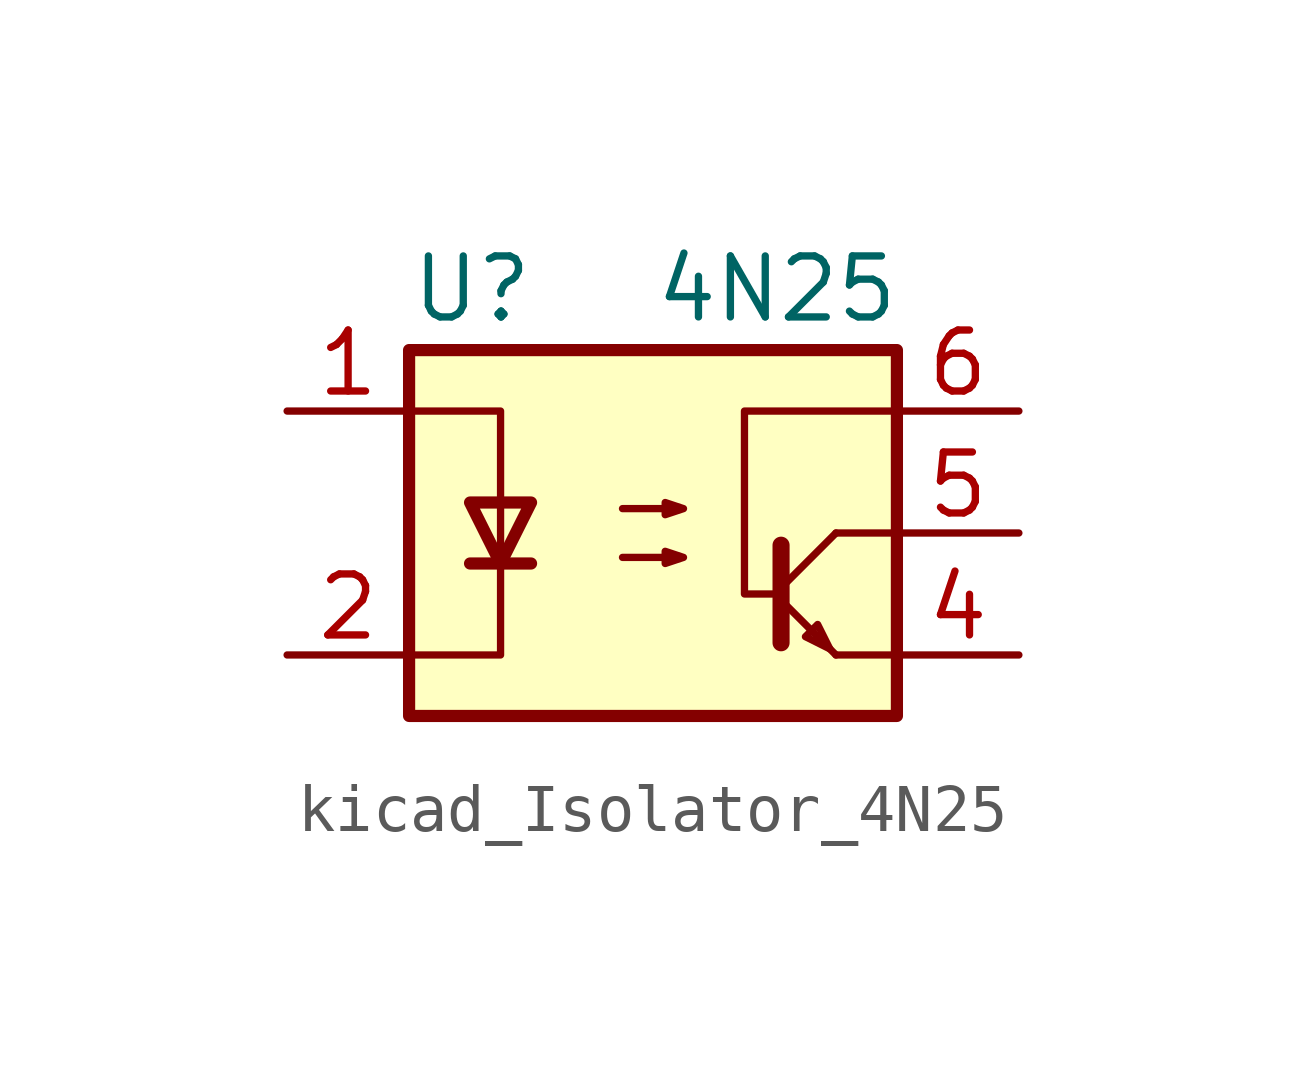
<source format=kicad_sym>
(kicad_symbol_lib
  (version 20220914)
  (generator kicad_symbol_editor)
  (symbol "kicad_Isolator_4N25"
    (pin_names
      (offset 1.016))
    (property "Reference" "U"
      (at -5.08 5.08 0)
      (effects (font (size 1.27 1.27)) (justify left)))
    (property "Value" "4N25"
      (at 0 5.08 0)
      (effects (font (size 1.27 1.27)) (justify left)))
    (symbol "kicad_Isolator_4N25_0_1"
      (rectangle (start -5.08 3.81) (end 5.08 -3.81) (stroke (width 0.254) (type default)) (fill (type background)))
      (polyline (pts (xy -3.81 -0.635) (xy -2.54 -0.635)) (stroke (width 0.254) (type default)) (fill (type none)))
      (polyline (pts (xy 2.667 -1.397) (xy 3.81 -2.54)) (stroke (width 0) (type default)) (fill (type none)))
      (polyline (pts (xy 2.667 -1.143) (xy 3.81 0)) (stroke (width 0) (type default)) (fill (type none)))
      (polyline (pts (xy 3.81 -2.54) (xy 5.08 -2.54)) (stroke (width 0) (type default)) (fill (type none)))
      (polyline (pts (xy 3.81 0) (xy 5.08 0)) (stroke (width 0) (type default)) (fill (type none)))
      (polyline (pts (xy 2.667 -0.254) (xy 2.667 -2.286) (xy 2.667 -2.286)) (stroke (width 0.356) (type default)) (fill (type none)))
      (polyline (pts (xy -5.08 -2.54) (xy -3.175 -2.54) (xy -3.175 2.54) (xy -5.08 2.54)) (stroke (width 0) (type default)) (fill (type none)))
      (polyline (pts (xy -3.175 -0.635) (xy -3.81 0.635) (xy -2.54 0.635) (xy -3.175 -0.635)) (stroke (width 0.254) (type default)) (fill (type none)))
      (polyline (pts (xy 3.683 -2.413) (xy 3.429 -1.905) (xy 3.175 -2.159) (xy 3.683 -2.413)) (stroke (width 0) (type default)) (fill (type none)))
      (polyline (pts (xy 5.08 2.54) (xy 1.905 2.54) (xy 1.905 -1.27) (xy 2.54 -1.27)) (stroke (width 0) (type default)) (fill (type none)))
      (polyline (pts (xy -0.635 -0.508) (xy 0.635 -0.508) (xy 0.254 -0.635) (xy 0.254 -0.381) (xy 0.635 -0.508)) (stroke (width 0) (type default)) (fill (type none)))
      (polyline (pts (xy -0.635 0.508) (xy 0.635 0.508) (xy 0.254 0.381) (xy 0.254 0.635) (xy 0.635 0.508)) (stroke (width 0) (type default)) (fill (type none))))
    (symbol "kicad_Isolator_4N25_1_1"
      (pin passive line (at -7.62 2.54 0) (length 2.54) (name "~" (effects (font (size 1.27 1.27)))) (number "1" (effects (font (size 1.27 1.27)))))
      (pin passive line (at -7.62 -2.54 0) (length 2.54) (name "~" (effects (font (size 1.27 1.27)))) (number "2" (effects (font (size 1.27 1.27)))))
      (pin no_connect line (at -5.08 0 0) (length 2.54) hide (name "NC" (effects (font (size 1.27 1.27)))) (number "3" (effects (font (size 1.27 1.27)))))
      (pin passive line (at 7.62 -2.54 180) (length 2.54) (name "~" (effects (font (size 1.27 1.27)))) (number "4" (effects (font (size 1.27 1.27)))))
      (pin passive line (at 7.62 0 180) (length 2.54) (name "~" (effects (font (size 1.27 1.27)))) (number "5" (effects (font (size 1.27 1.27)))))
      (pin passive line (at 7.62 2.54 180) (length 2.54) (name "~" (effects (font (size 1.27 1.27)))) (number "6" (effects (font (size 1.27 1.27))))))))
</source>
